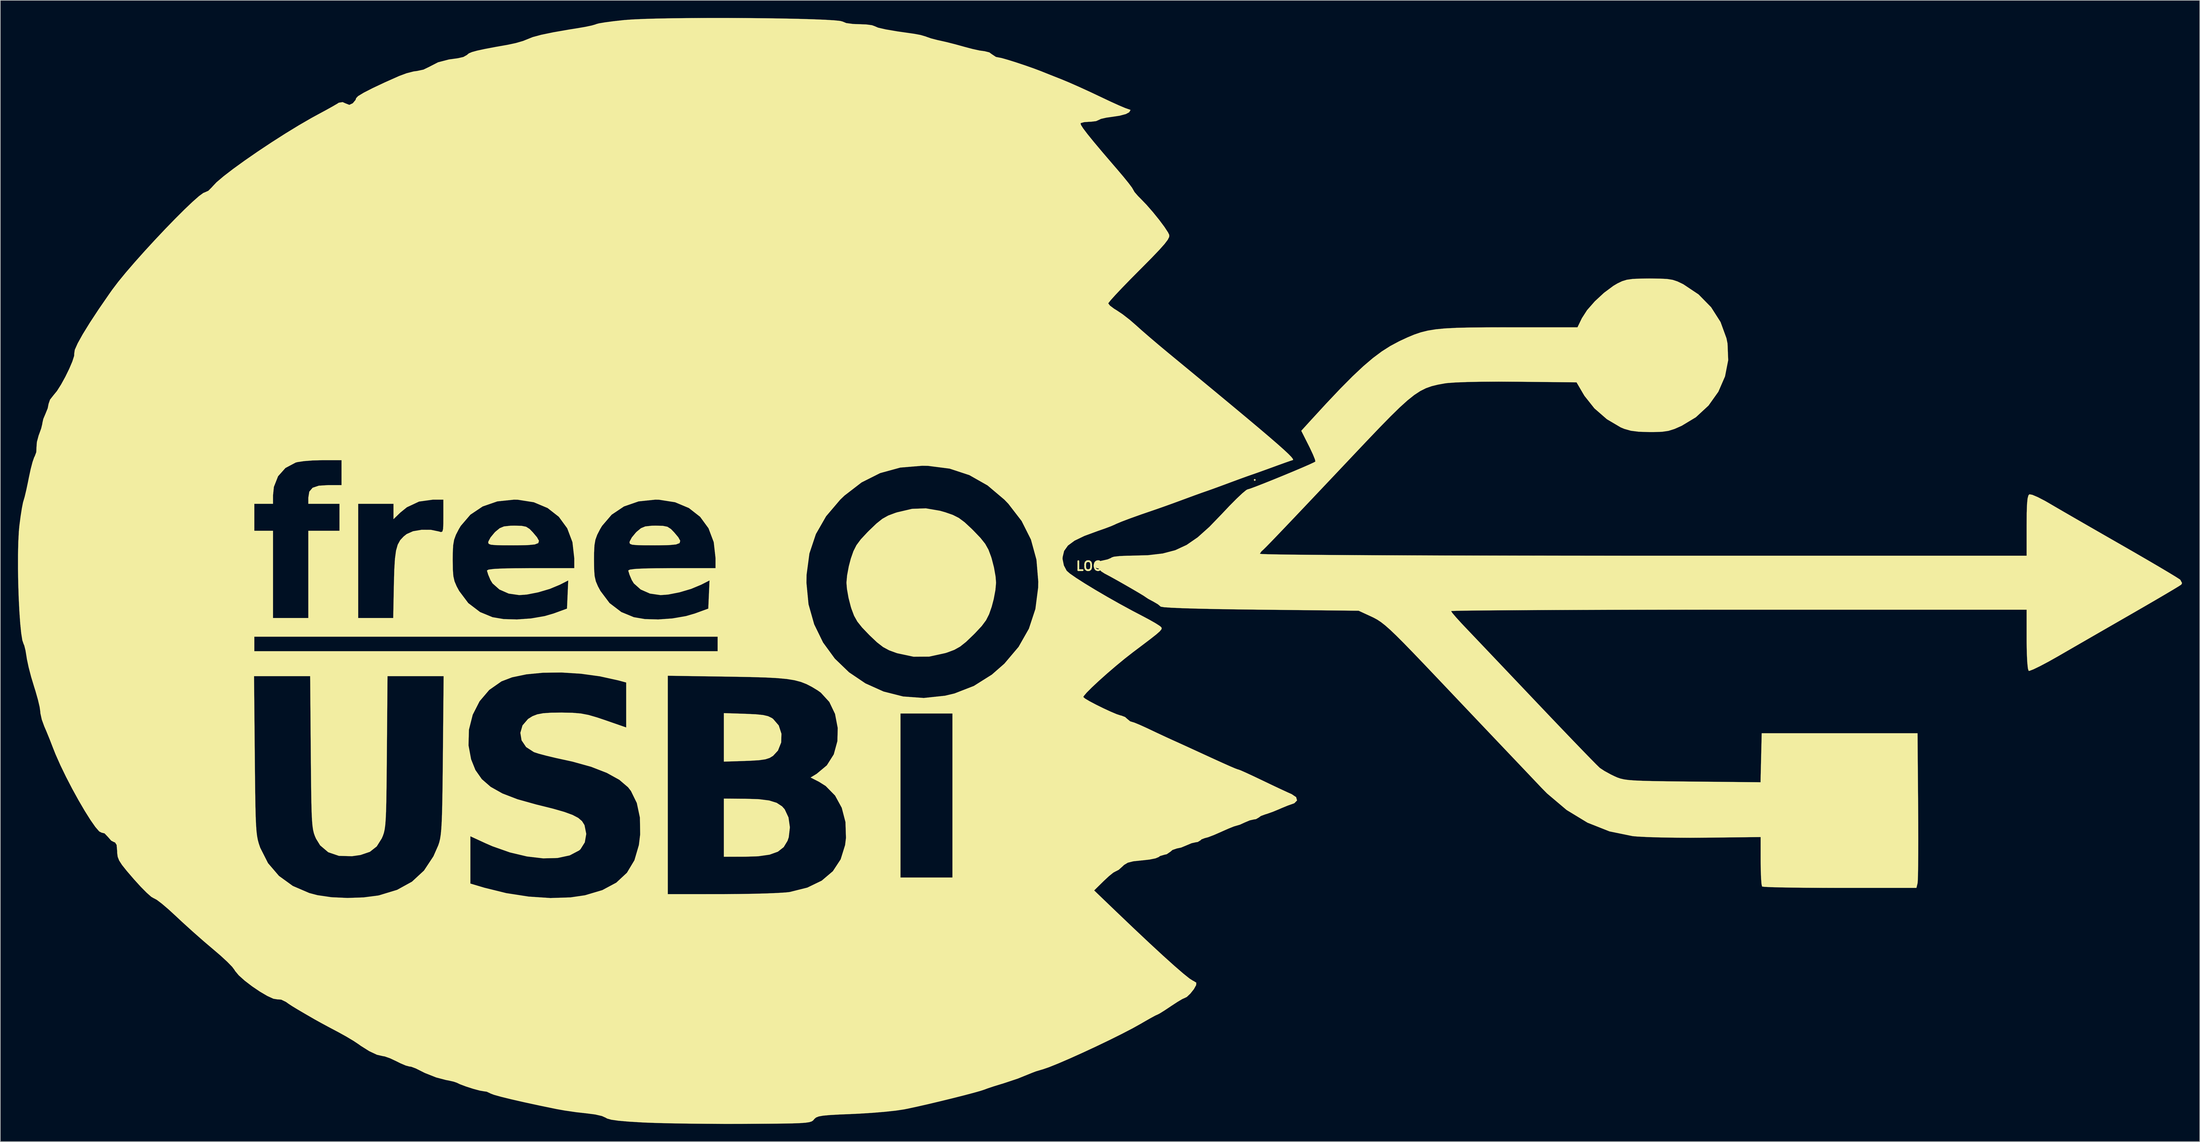
<source format=kicad_pcb>
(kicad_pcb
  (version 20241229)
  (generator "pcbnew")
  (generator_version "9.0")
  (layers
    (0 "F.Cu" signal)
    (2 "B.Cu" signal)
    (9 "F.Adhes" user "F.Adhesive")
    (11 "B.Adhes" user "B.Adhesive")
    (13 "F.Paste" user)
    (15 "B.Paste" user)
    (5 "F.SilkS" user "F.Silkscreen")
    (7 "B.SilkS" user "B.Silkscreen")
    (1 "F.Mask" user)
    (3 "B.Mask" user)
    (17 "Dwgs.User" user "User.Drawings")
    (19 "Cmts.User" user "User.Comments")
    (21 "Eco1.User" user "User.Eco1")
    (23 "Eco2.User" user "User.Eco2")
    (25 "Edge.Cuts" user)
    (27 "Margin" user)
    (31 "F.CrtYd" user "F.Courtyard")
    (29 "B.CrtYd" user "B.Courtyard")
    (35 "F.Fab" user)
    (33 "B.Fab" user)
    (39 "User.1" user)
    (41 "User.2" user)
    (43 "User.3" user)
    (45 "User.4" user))
  (footprint "LOGO"
    (layer "F.Cu")
    (at 182.649 93.133)
    (property "Reference" "LOGO" (at 0 0 0) (layer "F.SilkS") (effects (font (size 1.524 1.524) (thickness 0.3))))
    (attr through_hole)
    (fp_poly (pts (xy 27.517 -14.64) (xy 27.34 -14.464) (xy 27.164 -14.64) (xy 27.34 -14.817) (xy 27.517 -14.64)) (stroke (width 0.01) (type solid)) (fill yes) (layer "F.SilkS"))
    (fp_poly (pts (xy -59.178 39.531) (xy -56.85 39.608) (xy -55.104 39.829) (xy -53.83 40.226) (xy -52.913 40.826) (xy -52.47 41.323) (xy -51.825 42.704) (xy -51.586 44.384) (xy -51.78 46.069) (xy -51.984 46.677) (xy -52.637 47.751) (xy -53.625 48.524) (xy -55.036 49.031) (xy -56.962 49.305) (xy -59.178 49.381) (xy -62.794 49.389) (xy -62.794 39.511) (xy -59.178 39.531)) (stroke (width 0.01) (type solid)) (fill yes) (layer "F.SilkS"))
    (fp_poly (pts (xy -59.115 25.103) (xy -57.354 25.183) (xy -56.136 25.307) (xy -55.296 25.504) (xy -54.671 25.804) (xy -54.441 25.963) (xy -53.479 27.078) (xy -53.021 28.483) (xy -53.065 29.973) (xy -53.612 31.345) (xy -54.444 32.243) (xy -55.024 32.595) (xy -55.751 32.831) (xy -56.788 32.981) (xy -58.299 33.075) (xy -59.115 33.105) (xy -62.794 33.225) (xy -62.794 24.983) (xy -59.115 25.103)) (stroke (width 0.01) (type solid)) (fill yes) (layer "F.SilkS"))
    (fp_poly (pts (xy -97.155 -6.84) (xy -96.369 -6.68) (xy -95.769 -6.294) (xy -95.222 -5.727) (xy -94.521 -4.893) (xy -94.194 -4.3) (xy -94.302 -3.908) (xy -94.909 -3.677) (xy -96.077 -3.564) (xy -97.867 -3.529) (xy -98.568 -3.528) (xy -100.387 -3.534) (xy -101.611 -3.565) (xy -102.348 -3.638) (xy -102.71 -3.771) (xy -102.806 -3.98) (xy -102.77 -4.198) (xy -102.409 -4.868) (xy -101.737 -5.682) (xy -101.558 -5.861) (xy -100.858 -6.436) (xy -100.126 -6.739) (xy -99.091 -6.853) (xy -98.386 -6.867) (xy -97.155 -6.84)) (stroke (width 0.01) (type solid)) (fill yes) (layer "F.SilkS"))
    (fp_poly (pts (xy -73.166 -6.84) (xy -72.38 -6.68) (xy -71.781 -6.294) (xy -71.233 -5.727) (xy -70.532 -4.893) (xy -70.205 -4.3) (xy -70.313 -3.908) (xy -70.92 -3.677) (xy -72.088 -3.564) (xy -73.878 -3.529) (xy -74.579 -3.528) (xy -76.398 -3.534) (xy -77.622 -3.565) (xy -78.359 -3.638) (xy -78.721 -3.771) (xy -78.817 -3.98) (xy -78.781 -4.198) (xy -78.42 -4.868) (xy -77.749 -5.682) (xy -77.569 -5.861) (xy -76.869 -6.436) (xy -76.137 -6.739) (xy -75.102 -6.853) (xy -74.397 -6.867) (xy -73.166 -6.84)) (stroke (width 0.01) (type solid)) (fill yes) (layer "F.SilkS"))
    (fp_poly (pts (xy -26.103 -9.397) (xy -25.187 -9.135) (xy -23.92 -8.694) (xy -22.905 -8.179) (xy -21.922 -7.448) (xy -20.751 -6.358) (xy -20.425 -6.034) (xy -19.229 -4.787) (xy -18.427 -3.78) (xy -17.874 -2.792) (xy -17.428 -1.604) (xy -17.323 -1.271) (xy -16.935 0.237) (xy -16.666 1.761) (xy -16.581 2.822) (xy -16.691 4.063) (xy -16.978 5.604) (xy -17.323 6.915) (xy -17.765 8.183) (xy -18.279 9.198) (xy -19.01 10.181) (xy -20.1 11.351) (xy -20.425 11.678) (xy -21.671 12.874) (xy -22.679 13.676) (xy -23.667 14.229) (xy -24.855 14.675) (xy -25.187 14.78) (xy -27.958 15.386) (xy -30.591 15.398) (xy -33.327 14.815) (xy -33.497 14.762) (xy -34.734 14.311) (xy -35.762 13.755) (xy -36.797 12.953) (xy -38.056 11.759) (xy -38.134 11.68) (xy -39.33 10.433) (xy -40.133 9.426) (xy -40.686 8.439) (xy -41.132 7.253) (xy -41.238 6.915) (xy -41.626 5.407) (xy -41.895 3.884) (xy -41.981 2.822) (xy -41.87 1.582) (xy -41.583 0.04) (xy -41.238 -1.271) (xy -40.796 -2.538) (xy -40.282 -3.553) (xy -39.551 -4.536) (xy -38.461 -5.707) (xy -38.136 -6.034) (xy -36.89 -7.229) (xy -35.882 -8.032) (xy -34.895 -8.584) (xy -33.706 -9.03) (xy -33.374 -9.135) (xy -30.85 -9.725) (xy -28.525 -9.812) (xy -26.103 -9.397)) (stroke (width 0.01) (type solid)) (fill yes) (layer "F.SilkS"))
    (fp_poly (pts (xy 96.13 -48.845) (xy 97.379 -48.78) (xy 98.31 -48.63) (xy 99.114 -48.362) (xy 99.986 -47.944) (xy 100.133 -47.868) (xy 102.7 -46.152) (xy 104.824 -43.986) (xy 106.427 -41.471) (xy 107.433 -38.711) (xy 107.616 -37.798) (xy 107.726 -34.984) (xy 107.187 -32.226) (xy 106.057 -29.624) (xy 104.39 -27.28) (xy 102.243 -25.293) (xy 99.837 -23.841) (xy 98.617 -23.301) (xy 97.589 -22.977) (xy 96.487 -22.817) (xy 95.045 -22.77) (xy 94.368 -22.77) (xy 92.564 -22.824) (xy 91.22 -22.991) (xy 90.094 -23.311) (xy 89.468 -23.572) (xy 87.128 -24.954) (xy 85.009 -26.799) (xy 83.336 -28.906) (xy 83.138 -29.231) (xy 81.975 -31.221) (xy 71.944 -31.322) (xy 68.766 -31.339) (xy 65.902 -31.323) (xy 63.438 -31.276) (xy 61.462 -31.201) (xy 60.061 -31.1) (xy 59.619 -31.043) (xy 58.438 -30.828) (xy 57.39 -30.572) (xy 56.414 -30.227) (xy 55.446 -29.742) (xy 54.423 -29.069) (xy 53.282 -28.158) (xy 51.959 -26.961) (xy 50.391 -25.427) (xy 48.515 -23.508) (xy 46.268 -21.155) (xy 44.438 -19.22) (xy 41.161 -15.749) (xy 38.337 -12.762) (xy 35.938 -10.227) (xy 33.934 -8.114) (xy 32.295 -6.392) (xy 30.992 -5.029) (xy 29.995 -3.996) (xy 29.276 -3.261) (xy 28.804 -2.794) (xy 28.551 -2.564) (xy 28.499 -2.528) (xy 28.224 -2.126) (xy 28.222 -2.087) (xy 28.571 -2.049) (xy 29.603 -2.012) (xy 31.293 -1.978) (xy 33.621 -1.945) (xy 36.561 -1.915) (xy 40.092 -1.888) (xy 44.191 -1.862) (xy 48.833 -1.84) (xy 53.997 -1.82) (xy 59.658 -1.803) (xy 65.795 -1.789) (xy 72.384 -1.778) (xy 79.401 -1.77) (xy 86.825 -1.765) (xy 93.31 -1.764) (xy 158.397 -1.764) (xy 158.397 -6.89) (xy 158.412 -9.007) (xy 158.463 -10.509) (xy 158.557 -11.483) (xy 158.702 -12.02) (xy 158.87 -12.198) (xy 159.365 -12.108) (xy 160.295 -11.714) (xy 161.499 -11.09) (xy 162.133 -10.726) (xy 163.157 -10.125) (xy 164.688 -9.235) (xy 166.621 -8.117) (xy 168.852 -6.831) (xy 171.274 -5.438) (xy 173.783 -3.998) (xy 174.449 -3.617) (xy 176.825 -2.25) (xy 179.018 -0.976) (xy 180.949 0.156) (xy 182.537 1.101) (xy 183.705 1.811) (xy 184.373 2.241) (xy 184.488 2.328) (xy 184.787 2.881) (xy 184.664 3.14) (xy 184.277 3.397) (xy 183.363 3.954) (xy 182.007 4.76) (xy 180.294 5.766) (xy 178.308 6.92) (xy 176.389 8.028) (xy 173.912 9.454) (xy 171.333 10.939) (xy 168.811 12.393) (xy 166.504 13.724) (xy 164.569 14.842) (xy 163.766 15.307) (xy 162.126 16.231) (xy 160.691 16.992) (xy 159.574 17.534) (xy 158.889 17.799) (xy 158.739 17.809) (xy 158.612 17.391) (xy 158.507 16.384) (xy 158.434 14.905) (xy 158.399 13.069) (xy 158.397 12.503) (xy 158.397 7.408) (xy 109.537 7.408) (xy 103.727 7.41) (xy 98.113 7.415) (xy 92.736 7.423) (xy 87.637 7.434) (xy 82.854 7.447) (xy 78.43 7.463) (xy 74.402 7.481) (xy 70.813 7.502) (xy 67.701 7.524) (xy 65.108 7.548) (xy 63.072 7.573) (xy 61.635 7.599) (xy 60.836 7.627) (xy 60.678 7.646) (xy 60.906 7.987) (xy 61.522 8.711) (xy 62.418 9.697) (xy 63.062 10.38) (xy 63.839 11.196) (xy 65.033 12.451) (xy 66.574 14.073) (xy 68.395 15.99) (xy 70.427 18.13) (xy 72.6 20.42) (xy 74.846 22.788) (xy 75.316 23.283) (xy 77.486 25.567) (xy 79.528 27.707) (xy 81.386 29.646) (xy 83.005 31.325) (xy 84.327 32.687) (xy 85.297 33.673) (xy 85.858 34.224) (xy 85.948 34.305) (xy 86.716 34.812) (xy 87.814 35.414) (xy 88.423 35.709) (xy 88.919 35.927) (xy 89.424 36.101) (xy 90.019 36.239) (xy 90.786 36.345) (xy 91.807 36.425) (xy 93.166 36.485) (xy 94.944 36.53) (xy 97.224 36.567) (xy 100.087 36.6) (xy 101.677 36.616) (xy 113.219 36.732) (xy 113.318 32.566) (xy 113.418 28.399) (xy 139.876 28.399) (xy 139.975 40.746) (xy 139.992 43.66) (xy 139.998 46.374) (xy 139.993 48.802) (xy 139.977 50.856) (xy 139.951 52.45) (xy 139.916 53.497) (xy 139.88 53.887) (xy 139.687 54.681) (xy 126.699 54.681) (xy 123.739 54.674) (xy 121.003 54.657) (xy 118.571 54.629) (xy 116.523 54.593) (xy 114.939 54.55) (xy 113.898 54.501) (xy 113.479 54.447) (xy 113.477 54.445) (xy 113.384 54.019) (xy 113.309 53.036) (xy 113.258 51.648) (xy 113.242 50.124) (xy 113.242 46.038) (xy 103.981 46.146) (xy 101.285 46.161) (xy 98.632 46.147) (xy 96.164 46.106) (xy 94.02 46.041) (xy 92.34 45.956) (xy 91.498 45.883) (xy 87.575 45.079) (xy 83.837 43.598) (xy 80.297 41.446) (xy 76.964 38.627) (xy 76.043 37.691) (xy 74.71 36.284) (xy 73.134 34.623) (xy 71.557 32.962) (xy 70.74 32.103) (xy 69.829 31.144) (xy 68.51 29.755) (xy 66.858 28.015) (xy 64.952 26.006) (xy 62.868 23.808) (xy 60.683 21.503) (xy 58.666 19.375) (xy 56.266 16.848) (xy 54.289 14.783) (xy 52.68 13.127) (xy 51.381 11.826) (xy 50.335 10.827) (xy 49.484 10.075) (xy 48.773 9.518) (xy 48.143 9.101) (xy 47.537 8.771) (xy 47.212 8.616) (xy 44.979 7.585) (xy 28.297 7.408) (xy 24.159 7.357) (xy 20.546 7.297) (xy 17.489 7.229) (xy 15.016 7.154) (xy 13.155 7.073) (xy 11.937 6.987) (xy 11.39 6.897) (xy 11.364 6.879) (xy 10.893 6.486) (xy 10.097 6.019) (xy 10.054 5.997) (xy 9.28 5.583) (xy 8.832 5.29) (xy 8.819 5.277) (xy 8.455 5.032) (xy 7.629 4.532) (xy 6.495 3.867) (xy 5.207 3.125) (xy 3.921 2.396) (xy 2.79 1.768) (xy 1.969 1.33) (xy 1.855 1.273) (xy 1.252 0.882) (xy 1.061 0.617) (xy 0.771 0.382) (xy 0.529 0.353) (xy 0.061 0.073) (xy 0 -0.172) (xy 0.34 -0.607) (xy 1.324 -0.908) (xy 1.419 -0.924) (xy 2.357 -1.137) (xy 2.955 -1.388) (xy 3.027 -1.457) (xy 3.443 -1.596) (xy 4.39 -1.702) (xy 5.696 -1.76) (xy 6.283 -1.766) (xy 9.24 -1.849) (xy 11.711 -2.137) (xy 13.842 -2.696) (xy 15.776 -3.593) (xy 17.66 -4.893) (xy 19.637 -6.664) (xy 21.696 -8.798) (xy 23.039 -10.22) (xy 24.248 -11.44) (xy 25.232 -12.368) (xy 25.897 -12.917) (xy 26.113 -13.028) (xy 26.572 -13.164) (xy 27.542 -13.523) (xy 28.888 -14.048) (xy 30.478 -14.685) (xy 32.177 -15.379) (xy 33.852 -16.075) (xy 35.37 -16.718) (xy 36.596 -17.253) (xy 37.397 -17.626) (xy 37.637 -17.763) (xy 37.562 -18.128) (xy 37.226 -18.957) (xy 36.695 -20.094) (xy 36.516 -20.453) (xy 35.24 -22.987) (xy 36.737 -24.635) (xy 39.5 -27.643) (xy 41.883 -30.161) (xy 43.951 -32.245) (xy 45.768 -33.953) (xy 47.398 -35.342) (xy 48.906 -36.47) (xy 50.356 -37.394) (xy 51.812 -38.172) (xy 52.013 -38.27) (xy 53.28 -38.859) (xy 54.428 -39.338) (xy 55.549 -39.719) (xy 56.732 -40.012) (xy 58.069 -40.229) (xy 59.652 -40.382) (xy 61.571 -40.48) (xy 63.916 -40.537) (xy 66.78 -40.563) (xy 70.252 -40.569) (xy 70.487 -40.569) (xy 82.134 -40.569) (xy 82.884 -42.117) (xy 83.765 -43.486) (xy 85.08 -44.985) (xy 86.634 -46.426) (xy 88.233 -47.617) (xy 88.926 -48.027) (xy 89.718 -48.405) (xy 90.514 -48.649) (xy 91.498 -48.788) (xy 92.852 -48.848) (xy 94.368 -48.86) (xy 96.13 -48.845)) (stroke (width 0.01) (type solid)) (fill yes) (layer "F.SilkS"))
    (fp_poly (pts (xy -59.026 -93.113) (xy -55.894 -93.083) (xy -52.91 -93.038) (xy -50.154 -92.98) (xy -47.707 -92.909) (xy -45.65 -92.826) (xy -44.064 -92.73) (xy -43.028 -92.623) (xy -42.633 -92.516) (xy -42.018 -92.263) (xy -40.875 -92.109) (xy -39.864 -92.075) (xy -38.62 -92.026) (xy -37.652 -91.898) (xy -37.193 -91.732) (xy -36.613 -91.482) (xy -35.331 -91.188) (xy -33.345 -90.848) (xy -30.657 -90.464) (xy -30.515 -90.445) (xy -29.415 -90.241) (xy -28.515 -89.978) (xy -28.399 -89.929) (xy -27.618 -89.657) (xy -26.51 -89.37) (xy -26.106 -89.283) (xy -24.94 -89.018) (xy -23.433 -88.633) (xy -21.965 -88.227) (xy -20.598 -87.864) (xy -19.398 -87.6) (xy -18.607 -87.49) (xy -18.568 -87.489) (xy -17.724 -87.279) (xy -17.286 -86.96) (xy -16.6 -86.507) (xy -16.203 -86.431) (xy -15.635 -86.318) (xy -14.578 -86.019) (xy -13.204 -85.588) (xy -11.687 -85.083) (xy -10.199 -84.56) (xy -8.914 -84.076) (xy -8.643 -83.966) (xy -7.975 -83.698) (xy -6.877 -83.262) (xy -5.578 -82.749) (xy -5.468 -82.706) (xy -4.167 -82.164) (xy -2.458 -81.409) (xy -0.563 -80.541) (xy 1.269 -79.673) (xy 2.879 -78.911) (xy 4.281 -78.276) (xy 5.343 -77.826) (xy 5.934 -77.618) (xy 5.987 -77.611) (xy 6.256 -77.496) (xy 6.019 -77.108) (xy 5.459 -76.805) (xy 4.421 -76.528) (xy 3.325 -76.361) (xy 2.126 -76.19) (xy 1.232 -75.986) (xy 0.856 -75.806) (xy 0.411 -75.606) (xy -0.453 -75.5) (xy -0.706 -75.494) (xy -1.619 -75.433) (xy -2.178 -75.279) (xy -2.23 -75.23) (xy -2.163 -74.953) (xy -1.787 -74.361) (xy -1.069 -73.412) (xy 0.021 -72.068) (xy 1.514 -70.29) (xy 3.443 -68.037) (xy 3.969 -67.427) (xy 5.036 -66.167) (xy 5.909 -65.089) (xy 6.495 -64.31) (xy 6.703 -63.95) (xy 6.938 -63.544) (xy 7.536 -62.856) (xy 7.968 -62.423) (xy 8.964 -61.39) (xy 10.05 -60.145) (xy 11.104 -58.842) (xy 12.004 -57.636) (xy 12.626 -56.684) (xy 12.827 -56.262) (xy 12.814 -55.927) (xy 12.566 -55.437) (xy 12.029 -54.729) (xy 11.149 -53.739) (xy 9.874 -52.403) (xy 8.15 -50.66) (xy 7.759 -50.269) (xy 6.189 -48.685) (xy 4.805 -47.258) (xy 3.679 -46.064) (xy 2.886 -45.184) (xy 2.499 -44.693) (xy 2.472 -44.631) (xy 2.755 -44.257) (xy 3.466 -43.724) (xy 3.885 -43.468) (xy 4.894 -42.795) (xy 6.117 -41.844) (xy 7.145 -40.951) (xy 8.147 -40.053) (xy 9.519 -38.863) (xy 11.081 -37.535) (xy 12.656 -36.221) (xy 12.7 -36.185) (xy 16.742 -32.85) (xy 20.268 -29.934) (xy 23.308 -27.412) (xy 25.893 -25.256) (xy 28.054 -23.441) (xy 29.821 -21.939) (xy 31.224 -20.724) (xy 32.294 -19.771) (xy 33.063 -19.052) (xy 33.559 -18.541) (xy 33.814 -18.212) (xy 33.859 -18.037) (xy 33.745 -17.992) (xy 33.382 -17.878) (xy 32.513 -17.574) (xy 31.296 -17.135) (xy 30.658 -16.902) (xy 29.211 -16.374) (xy 27.924 -15.911) (xy 27.009 -15.589) (xy 26.811 -15.522) (xy 26.086 -15.269) (xy 24.911 -14.844) (xy 23.496 -14.322) (xy 22.931 -14.111) (xy 21.479 -13.573) (xy 20.186 -13.101) (xy 19.263 -12.772) (xy 19.05 -12.7) (xy 18.325 -12.447) (xy 17.149 -12.023) (xy 15.734 -11.502) (xy 15.169 -11.293) (xy 13.53 -10.69) (xy 11.868 -10.092) (xy 10.487 -9.608) (xy 10.231 -9.521) (xy 8.073 -8.78) (xy 6.201 -8.11) (xy 4.732 -7.554) (xy 3.78 -7.154) (xy 3.594 -7.061) (xy 2.964 -6.786) (xy 1.9 -6.384) (xy 0.706 -5.967) (xy -1.586 -5.124) (xy -3.255 -4.318) (xy -4.377 -3.488) (xy -5.027 -2.573) (xy -5.281 -1.515) (xy -5.292 -1.204) (xy -5.067 -0.107) (xy -4.591 0.795) (xy -4.043 1.273) (xy -2.974 2.017) (xy -1.488 2.967) (xy 0.31 4.061) (xy 2.318 5.236) (xy 4.433 6.431) (xy 6.549 7.583) (xy 8.119 8.404) (xy 9.361 9.063) (xy 10.433 9.67) (xy 11.106 10.097) (xy 11.113 10.102) (xy 11.389 10.308) (xy 11.542 10.498) (xy 11.506 10.736) (xy 11.218 11.088) (xy 10.615 11.619) (xy 9.631 12.394) (xy 8.203 13.479) (xy 6.663 14.64) (xy 5.274 15.726) (xy 3.784 16.955) (xy 2.292 18.236) (xy 0.899 19.481) (xy -0.297 20.599) (xy -1.194 21.499) (xy -1.694 22.092) (xy -1.764 22.248) (xy -1.468 22.51) (xy -0.691 22.971) (xy 0.401 23.547) (xy 1.64 24.159) (xy 2.859 24.723) (xy 3.892 25.159) (xy 4.572 25.385) (xy 4.685 25.4) (xy 5.334 25.65) (xy 5.644 25.929) (xy 6.179 26.374) (xy 6.444 26.458) (xy 6.914 26.602) (xy 7.837 26.983) (xy 9.031 27.526) (xy 9.311 27.659) (xy 10.778 28.355) (xy 12.239 29.037) (xy 13.383 29.56) (xy 13.406 29.571) (xy 14.519 30.074) (xy 15.976 30.739) (xy 17.483 31.431) (xy 17.639 31.503) (xy 20.035 32.605) (xy 21.854 33.433) (xy 23.159 34.015) (xy 24.012 34.378) (xy 24.475 34.55) (xy 24.584 34.572) (xy 24.97 34.717) (xy 25.859 35.112) (xy 27.122 35.698) (xy 28.629 36.416) (xy 28.719 36.459) (xy 30.328 37.23) (xy 31.79 37.919) (xy 32.94 38.452) (xy 33.602 38.745) (xy 34.365 39.257) (xy 34.524 39.822) (xy 34.063 40.291) (xy 33.778 40.398) (xy 32.96 40.686) (xy 31.878 41.13) (xy 31.524 41.287) (xy 30.397 41.755) (xy 29.373 42.114) (xy 29.14 42.18) (xy 28.382 42.459) (xy 28.022 42.725) (xy 27.541 43.001) (xy 27.231 43.041) (xy 26.504 43.2) (xy 25.624 43.57) (xy 24.819 43.939) (xy 24.278 44.097) (xy 24.27 44.097) (xy 23.799 44.237) (xy 22.884 44.603) (xy 21.717 45.12) (xy 21.64 45.156) (xy 20.439 45.682) (xy 19.451 46.061) (xy 18.882 46.214) (xy 18.87 46.214) (xy 18.28 46.439) (xy 18.168 46.567) (xy 17.664 46.878) (xy 17.353 46.922) (xy 16.626 47.081) (xy 15.746 47.451) (xy 14.839 47.827) (xy 14.114 47.978) (xy 13.372 48.232) (xy 13.053 48.507) (xy 12.395 48.958) (xy 12.022 49.036) (xy 11.266 49.26) (xy 11.032 49.434) (xy 10.499 49.657) (xy 9.478 49.863) (xy 8.19 50.007) (xy 8.157 50.009) (xy 6.727 50.157) (xy 5.793 50.392) (xy 5.149 50.779) (xy 4.896 51.022) (xy 4.247 51.603) (xy 3.757 51.858) (xy 3.743 51.858) (xy 3.32 52.09) (xy 2.573 52.695) (xy 1.726 53.484) (xy 0.076 55.109) (xy 3.83 58.715) (xy 6.82 61.569) (xy 9.479 64.071) (xy 11.781 66.199) (xy 13.7 67.927) (xy 15.207 69.231) (xy 16.276 70.087) (xy 16.881 70.472) (xy 16.941 70.489) (xy 17.419 70.784) (xy 17.39 71.195) (xy 17.006 71.889) (xy 16.407 72.64) (xy 15.802 73.21) (xy 15.457 73.378) (xy 15.038 73.564) (xy 14.216 74.053) (xy 13.162 74.742) (xy 13.094 74.789) (xy 12.05 75.485) (xy 11.245 75.989) (xy 10.843 76.199) (xy 10.834 76.2) (xy 10.463 76.367) (xy 9.639 76.814) (xy 8.515 77.455) (xy 8.055 77.725) (xy 6.595 78.539) (xy 4.746 79.5) (xy 2.633 80.551) (xy 0.379 81.633) (xy -1.892 82.69) (xy -4.056 83.664) (xy -5.989 84.498) (xy -7.568 85.134) (xy -8.668 85.514) (xy -8.819 85.554) (xy -9.811 85.85) (xy -10.407 86.076) (xy -12.889 87.08) (xy -15.355 87.902) (xy -15.699 88.004) (xy -16.945 88.387) (xy -18 88.738) (xy -18.521 88.933) (xy -19.206 89.161) (xy -20.44 89.509) (xy -22.084 89.942) (xy -23.999 90.427) (xy -26.045 90.928) (xy -28.082 91.412) (xy -29.973 91.843) (xy -31.577 92.188) (xy -32.21 92.314) (xy -33.588 92.52) (xy -35.469 92.723) (xy -37.648 92.903) (xy -39.925 93.044) (xy -41.044 93.095) (xy -43.245 93.186) (xy -44.847 93.276) (xy -45.959 93.379) (xy -46.686 93.511) (xy -47.137 93.687) (xy -47.419 93.923) (xy -47.496 94.02) (xy -47.665 94.212) (xy -47.911 94.366) (xy -48.308 94.486) (xy -48.932 94.578) (xy -49.857 94.645) (xy -51.159 94.692) (xy -52.912 94.725) (xy -55.192 94.748) (xy -58.073 94.766) (xy -59.369 94.772) (xy -62.475 94.777) (xy -65.659 94.762) (xy -68.768 94.73) (xy -71.655 94.683) (xy -74.168 94.623) (xy -76.157 94.552) (xy -76.496 94.536) (xy -78.905 94.394) (xy -80.681 94.241) (xy -81.896 94.068) (xy -82.622 93.865) (xy -82.846 93.732) (xy -83.492 93.442) (xy -84.63 93.179) (xy -86.047 92.993) (xy -86.078 92.99) (xy -87.855 92.792) (xy -89.793 92.51) (xy -91.193 92.261) (xy -94.088 91.664) (xy -96.672 91.105) (xy -98.871 90.603) (xy -100.613 90.174) (xy -101.822 89.837) (xy -102.425 89.608) (xy -102.464 89.579) (xy -103.072 89.301) (xy -103.523 89.241) (xy -104.246 89.117) (xy -105.35 88.818) (xy -106.561 88.429) (xy -107.606 88.037) (xy -108.126 87.786) (xy -108.674 87.597) (xy -109.617 87.386) (xy -109.975 87.323) (xy -111.642 86.885) (xy -113.569 86.122) (xy -115.089 85.359) (xy -115.864 85.068) (xy -116.217 85.019) (xy -116.806 84.862) (xy -117.751 84.459) (xy -118.391 84.138) (xy -119.463 83.632) (xy -120.374 83.313) (xy -120.72 83.256) (xy -121.7 83.03) (xy -123.007 82.416) (xy -124.451 81.506) (xy -124.791 81.259) (xy -125.665 80.677) (xy -126.919 79.928) (xy -128.303 79.162) (xy -128.495 79.061) (xy -129.89 78.322) (xy -131.209 77.609) (xy -132.195 77.062) (xy -132.292 77.007) (xy -134.016 76.01) (xy -135.247 75.286) (xy -136.106 74.762) (xy -136.712 74.364) (xy -137.147 74.05) (xy -137.959 73.659) (xy -138.607 73.619) (xy -139.274 73.513) (xy -140.314 73.038) (xy -141.574 72.298) (xy -142.904 71.397) (xy -144.152 70.44) (xy -145.167 69.53) (xy -145.797 68.772) (xy -145.874 68.626) (xy -146.278 68.088) (xy -147.111 67.234) (xy -148.246 66.186) (xy -149.431 65.171) (xy -151.084 63.766) (xy -152.963 62.11) (xy -154.793 60.45) (xy -155.827 59.482) (xy -157.091 58.32) (xy -158.213 57.363) (xy -159.077 56.707) (xy -159.564 56.445) (xy -159.579 56.444) (xy -160.017 56.191) (xy -160.797 55.5) (xy -161.81 54.477) (xy -162.946 53.226) (xy -162.973 53.195) (xy -164.176 51.795) (xy -164.982 50.783) (xy -165.469 50.028) (xy -165.715 49.398) (xy -165.799 48.759) (xy -165.806 48.432) (xy -165.895 47.378) (xy -166.176 46.941) (xy -166.294 46.919) (xy -166.818 46.649) (xy -167.379 46.01) (xy -167.944 45.415) (xy -168.458 45.286) (xy -168.857 45.082) (xy -169.502 44.335) (xy -170.337 43.142) (xy -171.307 41.599) (xy -172.358 39.801) (xy -173.434 37.845) (xy -174.48 35.827) (xy -175.442 33.843) (xy -176.264 31.988) (xy -176.709 30.868) (xy -177.261 29.442) (xy -177.843 28.019) (xy -178.179 27.243) (xy -178.6 26.088) (xy -178.838 25.008) (xy -178.858 24.717) (xy -178.967 23.936) (xy -179.257 22.701) (xy -179.676 21.223) (xy -179.903 20.502) (xy -180.405 18.842) (xy -180.443 18.697) (xy -142.568 18.697) (xy -142.439 32.191) (xy -142.405 35.644) (xy -142.371 38.469) (xy -142.333 40.743) (xy -142.287 42.543) (xy -142.227 43.945) (xy -142.15 45.028) (xy -142.05 45.869) (xy -141.923 46.544) (xy -141.764 47.131) (xy -141.569 47.706) (xy -141.503 47.886) (xy -140.192 50.476) (xy -138.336 52.644) (xy -135.984 54.35) (xy -133.185 55.554) (xy -131.797 55.92) (xy -129.427 56.265) (xy -126.71 56.391) (xy -123.97 56.296) (xy -121.532 55.982) (xy -121.309 55.936) (xy -118.272 55.013) (xy -115.752 53.625) (xy -113.711 51.737) (xy -112.109 49.316) (xy -111.287 47.449) (xy -111.116 46.935) (xy -110.976 46.349) (xy -110.862 45.614) (xy -110.771 44.656) (xy -110.698 43.401) (xy -110.64 41.775) (xy -110.594 39.701) (xy -110.554 37.106) (xy -110.518 33.916) (xy -110.501 32.191) (xy -110.485 30.456) (xy -106.155 30.456) (xy -105.715 32.826) (xy -104.981 34.654) (xy -103.896 36.201) (xy -102.39 37.513) (xy -100.394 38.637) (xy -97.838 39.621) (xy -94.654 40.512) (xy -94.319 40.593) (xy -91.802 41.221) (xy -89.89 41.77) (xy -88.493 42.279) (xy -87.52 42.789) (xy -86.88 43.34) (xy -86.484 43.97) (xy -86.453 44.044) (xy -86.162 45.504) (xy -86.409 46.94) (xy -87.14 48.108) (xy -87.372 48.314) (xy -88.965 49.153) (xy -91.037 49.598) (xy -93.487 49.658) (xy -96.215 49.34) (xy -99.119 48.652) (xy -102.098 47.601) (xy -103.276 47.087) (xy -105.833 45.907) (xy -105.833 53.945) (xy -103.452 54.654) (xy -99.74 55.57) (xy -95.946 56.157) (xy -92.25 56.403) (xy -88.827 56.293) (xy -86.38 55.935) (xy -85.718 55.739) (xy -72.319 55.739) (xy -63.059 55.736) (xy -60.438 55.722) (xy -57.929 55.683) (xy -55.658 55.623) (xy -53.747 55.546) (xy -52.319 55.457) (xy -51.612 55.379) (xy -48.624 54.631) (xy -46.18 53.45) (xy -44.29 51.846) (xy -42.964 49.828) (xy -42.21 47.405) (xy -42.061 46.187) (xy -42.147 43.492) (xy -42.779 41.064) (xy -43.913 38.991) (xy -45.508 37.364) (xy -46.645 36.649) (xy -48.066 35.924) (xy -47.037 35.298) (xy -45.313 33.859) (xy -44.132 31.993) (xy -43.518 29.746) (xy -43.46 27.515) (xy -43.919 25.115) (xy -43.951 25.047) (xy -32.808 25.047) (xy -32.808 52.917) (xy -23.989 52.917) (xy -23.989 25.047) (xy -32.808 25.047) (xy -43.951 25.047) (xy -44.892 23.081) (xy -46.331 21.507) (xy -46.882 21.114) (xy -47.852 20.525) (xy -48.768 20.051) (xy -49.722 19.679) (xy -50.806 19.395) (xy -52.114 19.184) (xy -53.737 19.033) (xy -55.769 18.927) (xy -58.301 18.852) (xy -61.427 18.794) (xy -62.177 18.783) (xy -72.319 18.633) (xy -72.319 55.739) (xy -85.718 55.739) (xy -83.431 55.059) (xy -81.063 53.791) (xy -79.253 52.107) (xy -77.98 49.983) (xy -77.222 47.395) (xy -77.004 45.598) (xy -77.047 42.738) (xy -77.575 40.252) (xy -78.57 38.215) (xy -79.066 37.575) (xy -80.552 36.307) (xy -82.667 35.137) (xy -85.337 34.099) (xy -88.487 33.225) (xy -89.535 32.995) (xy -91.317 32.607) (xy -92.953 32.215) (xy -94.258 31.866) (xy -95.045 31.608) (xy -96.372 30.748) (xy -97.142 29.605) (xy -97.347 28.33) (xy -96.983 27.071) (xy -96.043 25.977) (xy -95.289 25.505) (xy -94.479 25.193) (xy -93.459 25.001) (xy -92.06 24.908) (xy -90.311 24.892) (xy -88.503 24.928) (xy -87.088 25.045) (xy -85.784 25.294) (xy -84.311 25.722) (xy -82.991 26.167) (xy -79.375 27.422) (xy -79.375 19.783) (xy -80.744 19.414) (xy -83.853 18.729) (xy -87.099 18.285) (xy -90.349 18.081) (xy -93.466 18.117) (xy -96.314 18.39) (xy -98.759 18.899) (xy -100.554 19.586) (xy -102.631 21.039) (xy -104.273 22.967) (xy -105.438 25.255) (xy -106.08 27.789) (xy -106.155 30.456) (xy -110.485 30.456) (xy -110.374 18.697) (xy -119.905 18.697) (xy -120.013 31.662) (xy -120.042 35.04) (xy -120.073 37.789) (xy -120.108 39.985) (xy -120.153 41.704) (xy -120.212 43.022) (xy -120.29 44.015) (xy -120.391 44.76) (xy -120.52 45.333) (xy -120.681 45.809) (xy -120.879 46.266) (xy -120.884 46.277) (xy -121.735 47.633) (xy -122.893 48.544) (xy -124.491 49.089) (xy -125.938 49.295) (xy -128.163 49.234) (xy -129.971 48.617) (xy -131.345 47.451) (xy -132.041 46.316) (xy -132.244 45.852) (xy -132.409 45.377) (xy -132.541 44.816) (xy -132.645 44.092) (xy -132.725 43.128) (xy -132.785 41.848) (xy -132.831 40.176) (xy -132.866 38.035) (xy -132.896 35.35) (xy -132.926 32.043) (xy -132.929 31.662) (xy -133.037 18.697) (xy -142.568 18.697) (xy -180.443 18.697) (xy -180.836 17.187) (xy -181.128 15.816) (xy -181.185 15.443) (xy -181.367 14.325) (xy -181.576 13.491) (xy -181.693 13.229) (xy -181.904 12.611) (xy -182.002 11.994) (xy -142.522 11.994) (xy -142.522 14.464) (xy -63.853 14.464) (xy -63.853 11.994) (xy -142.522 11.994) (xy -182.002 11.994) (xy -182.096 11.4) (xy -182.267 9.712) (xy -182.41 7.66) (xy -182.524 5.357) (xy -182.603 2.917) (xy -182.644 0.455) (xy -182.642 -1.916) (xy -182.593 -4.083) (xy -182.494 -5.932) (xy -182.405 -6.879) (xy -182.199 -8.456) (xy -181.984 -9.825) (xy -181.835 -10.583) (xy -142.522 -10.583) (xy -142.522 -5.997) (xy -139.347 -5.997) (xy -139.347 8.819) (xy -133.35 8.819) (xy -133.35 -5.997) (xy -128.058 -5.997) (xy -128.058 -10.583) (xy -124.883 -10.583) (xy -124.883 8.819) (xy -118.934 8.819) (xy -118.822 3.087) (xy -118.754 0.63) (xy -118.653 -1.058) (xy -108.832 -1.058) (xy -108.813 0.567) (xy -108.727 1.709) (xy -108.526 2.594) (xy -108.165 3.443) (xy -107.737 4.233) (xy -106.19 6.291) (xy -104.191 7.814) (xy -102.068 8.689) (xy -100.195 9.006) (xy -97.925 9.069) (xy -95.515 8.895) (xy -93.221 8.499) (xy -91.722 8.063) (xy -89.429 7.229) (xy -89.22 2.438) (xy -90.637 3.161) (xy -92.345 3.873) (xy -94.321 4.458) (xy -96.251 4.835) (xy -97.529 4.931) (xy -99.332 4.671) (xy -100.907 3.976) (xy -102.072 2.94) (xy -102.421 2.373) (xy -102.803 1.473) (xy -103.003 0.823) (xy -103.011 0.74) (xy -102.73 0.596) (xy -101.866 0.486) (xy -100.389 0.41) (xy -98.267 0.366) (xy -95.603 0.353) (xy -88.194 0.353) (xy -88.194 -1.058) (xy -84.843 -1.058) (xy -84.824 0.567) (xy -84.738 1.709) (xy -84.537 2.594) (xy -84.176 3.443) (xy -83.748 4.233) (xy -82.201 6.291) (xy -80.202 7.814) (xy -78.079 8.689) (xy -76.206 9.006) (xy -73.936 9.069) (xy -71.526 8.895) (xy -69.232 8.499) (xy -67.733 8.063) (xy -65.44 7.229) (xy -65.248 2.822) (xy -48.779 2.822) (xy -48.426 6.491) (xy -47.464 9.894) (xy -45.955 12.987) (xy -43.96 15.721) (xy -41.542 18.052) (xy -38.762 19.932) (xy -35.681 21.317) (xy -32.362 22.158) (xy -28.867 22.411) (xy -25.256 22.029) (xy -23.636 21.645) (xy -20.35 20.367) (xy -17.291 18.441) (xy -15.169 16.581) (xy -12.756 13.727) (xy -11.004 10.642) (xy -9.9 7.291) (xy -9.43 3.639) (xy -9.41 2.646) (xy -9.72 -1.09) (xy -10.659 -4.515) (xy -12.242 -7.665) (xy -14.484 -10.575) (xy -15.169 -11.289) (xy -18.023 -13.703) (xy -21.108 -15.454) (xy -24.459 -16.558) (xy -28.111 -17.028) (xy -29.104 -17.049) (xy -32.84 -16.739) (xy -36.265 -15.8) (xy -39.415 -14.216) (xy -42.325 -11.974) (xy -43.039 -11.289) (xy -45.438 -8.467) (xy -47.174 -5.439) (xy -48.272 -2.148) (xy -48.752 1.459) (xy -48.779 2.822) (xy -65.248 2.822) (xy -65.231 2.438) (xy -66.648 3.161) (xy -68.356 3.873) (xy -70.332 4.458) (xy -72.262 4.835) (xy -73.54 4.931) (xy -75.343 4.671) (xy -76.918 3.976) (xy -78.083 2.94) (xy -78.432 2.373) (xy -78.814 1.473) (xy -79.014 0.823) (xy -79.022 0.74) (xy -78.741 0.596) (xy -77.877 0.486) (xy -76.4 0.41) (xy -74.278 0.366) (xy -71.614 0.353) (xy -64.206 0.353) (xy -64.206 -1.347) (xy -64.513 -4.068) (xy -65.403 -6.426) (xy -66.826 -8.374) (xy -68.731 -9.864) (xy -71.07 -10.847) (xy -73.792 -11.274) (xy -74.436 -11.289) (xy -77.27 -10.995) (xy -79.758 -10.134) (xy -81.846 -8.736) (xy -83.479 -6.829) (xy -83.807 -6.28) (xy -84.302 -5.321) (xy -84.609 -4.476) (xy -84.772 -3.522) (xy -84.835 -2.237) (xy -84.843 -1.058) (xy -88.194 -1.058) (xy -88.194 -1.347) (xy -88.502 -4.068) (xy -89.392 -6.426) (xy -90.815 -8.374) (xy -92.72 -9.864) (xy -95.059 -10.847) (xy -97.781 -11.274) (xy -98.425 -11.289) (xy -101.258 -10.995) (xy -103.747 -10.134) (xy -105.835 -8.736) (xy -107.468 -6.829) (xy -107.796 -6.28) (xy -108.291 -5.321) (xy -108.598 -4.476) (xy -108.761 -3.522) (xy -108.824 -2.237) (xy -108.832 -1.058) (xy -118.653 -1.058) (xy -118.642 -1.234) (xy -118.457 -2.618) (xy -118.17 -3.636) (xy -117.752 -4.399) (xy -117.174 -5.021) (xy -116.656 -5.436) (xy -115.57 -5.918) (xy -114.102 -6.168) (xy -112.542 -6.161) (xy -111.213 -5.885) (xy -110.821 -5.772) (xy -110.586 -5.871) (xy -110.467 -6.309) (xy -110.425 -7.215) (xy -110.419 -8.443) (xy -110.419 -11.289) (xy -112.195 -11.289) (xy -114.548 -10.966) (xy -116.614 -9.999) (xy -117.74 -9.085) (xy -118.886 -7.975) (xy -118.886 -10.583) (xy -124.883 -10.583) (xy -128.058 -10.583) (xy -133.35 -10.583) (xy -133.35 -11.616) (xy -133.184 -12.647) (xy -132.623 -13.307) (xy -131.571 -13.658) (xy -129.973 -13.758) (xy -127.706 -13.758) (xy -127.706 -17.992) (xy -131.004 -17.992) (xy -132.616 -17.949) (xy -134.098 -17.833) (xy -135.21 -17.667) (xy -135.502 -17.59) (xy -137.237 -16.668) (xy -138.487 -15.265) (xy -139.198 -13.458) (xy -139.347 -12.006) (xy -139.347 -10.583) (xy -142.522 -10.583) (xy -181.835 -10.583) (xy -181.793 -10.798) (xy -181.702 -11.113) (xy -181.51 -11.766) (xy -181.238 -12.91) (xy -180.935 -14.344) (xy -180.807 -14.993) (xy -180.494 -16.455) (xy -180.174 -17.68) (xy -179.897 -18.481) (xy -179.801 -18.653) (xy -179.538 -19.351) (xy -179.506 -20.111) (xy -179.436 -21.082) (xy -179.131 -22.215) (xy -179.057 -22.403) (xy -178.701 -23.391) (xy -178.512 -24.177) (xy -178.503 -24.297) (xy -178.345 -25.006) (xy -177.974 -25.881) (xy -177.597 -26.812) (xy -177.447 -27.574) (xy -177.201 -28.284) (xy -176.612 -29.033) (xy -176.028 -29.746) (xy -175.333 -30.844) (xy -174.611 -32.156) (xy -173.945 -33.517) (xy -173.417 -34.756) (xy -173.111 -35.707) (xy -173.086 -36.16) (xy -172.999 -36.753) (xy -172.509 -37.85) (xy -171.649 -39.399) (xy -170.448 -41.348) (xy -168.94 -43.645) (xy -167.154 -46.236) (xy -166.618 -46.994) (xy -165.626 -48.303) (xy -164.338 -49.874) (xy -162.825 -51.63) (xy -161.159 -53.498) (xy -159.41 -55.402) (xy -157.651 -57.268) (xy -155.951 -59.02) (xy -154.383 -60.585) (xy -153.017 -61.886) (xy -151.925 -62.849) (xy -151.178 -63.399) (xy -150.918 -63.5) (xy -150.324 -63.767) (xy -149.679 -64.415) (xy -149.639 -64.47) (xy -148.944 -65.207) (xy -147.734 -66.236) (xy -146.104 -67.49) (xy -144.148 -68.906) (xy -141.962 -70.419) (xy -139.64 -71.964) (xy -137.277 -73.476) (xy -134.967 -74.89) (xy -132.805 -76.142) (xy -131.762 -76.711) (xy -130.383 -77.456) (xy -129.217 -78.105) (xy -128.421 -78.57) (xy -128.174 -78.732) (xy -127.521 -78.832) (xy -127.056 -78.623) (xy -126.387 -78.362) (xy -125.808 -78.634) (xy -125.794 -78.646) (xy -125.33 -79.204) (xy -125.23 -79.506) (xy -124.904 -79.851) (xy -123.954 -80.426) (xy -122.42 -81.213) (xy -120.339 -82.193) (xy -117.924 -83.269) (xy -116.666 -83.735) (xy -115.464 -84.045) (xy -114.915 -84.115) (xy -113.799 -84.353) (xy -112.723 -84.873) (xy -112.702 -84.888) (xy -111.318 -85.598) (xy -109.471 -86.078) (xy -107.951 -86.287) (xy -107.018 -86.501) (xy -106.396 -86.853) (xy -106.364 -86.891) (xy -106.091 -87.116) (xy -105.557 -87.339) (xy -104.673 -87.583) (xy -103.347 -87.868) (xy -101.489 -88.219) (xy -99.483 -88.573) (xy -98.113 -88.867) (xy -96.882 -89.223) (xy -96.187 -89.505) (xy -95.251 -89.879) (xy -93.798 -90.27) (xy -91.774 -90.691) (xy -89.125 -91.154) (xy -87.665 -91.387) (xy -86.302 -91.622) (xy -85.202 -91.855) (xy -84.558 -92.044) (xy -84.49 -92.08) (xy -84.021 -92.21) (xy -82.996 -92.381) (xy -81.563 -92.572) (xy -79.869 -92.76) (xy -79.728 -92.774) (xy -78.316 -92.878) (xy -76.408 -92.963) (xy -74.082 -93.03) (xy -71.421 -93.08) (xy -68.504 -93.112) (xy -65.412 -93.128) (xy -62.226 -93.128) (xy -59.026 -93.113)) (stroke (width 0.01) (type solid)) (fill yes) (layer "F.SilkS")))
  (gr_rect
    (start -3 -3)
    (end 370.441 190.915)
    (stroke (width 0.1) (type default))
    (fill no)
    (layer "Edge.Cuts")))
</source>
